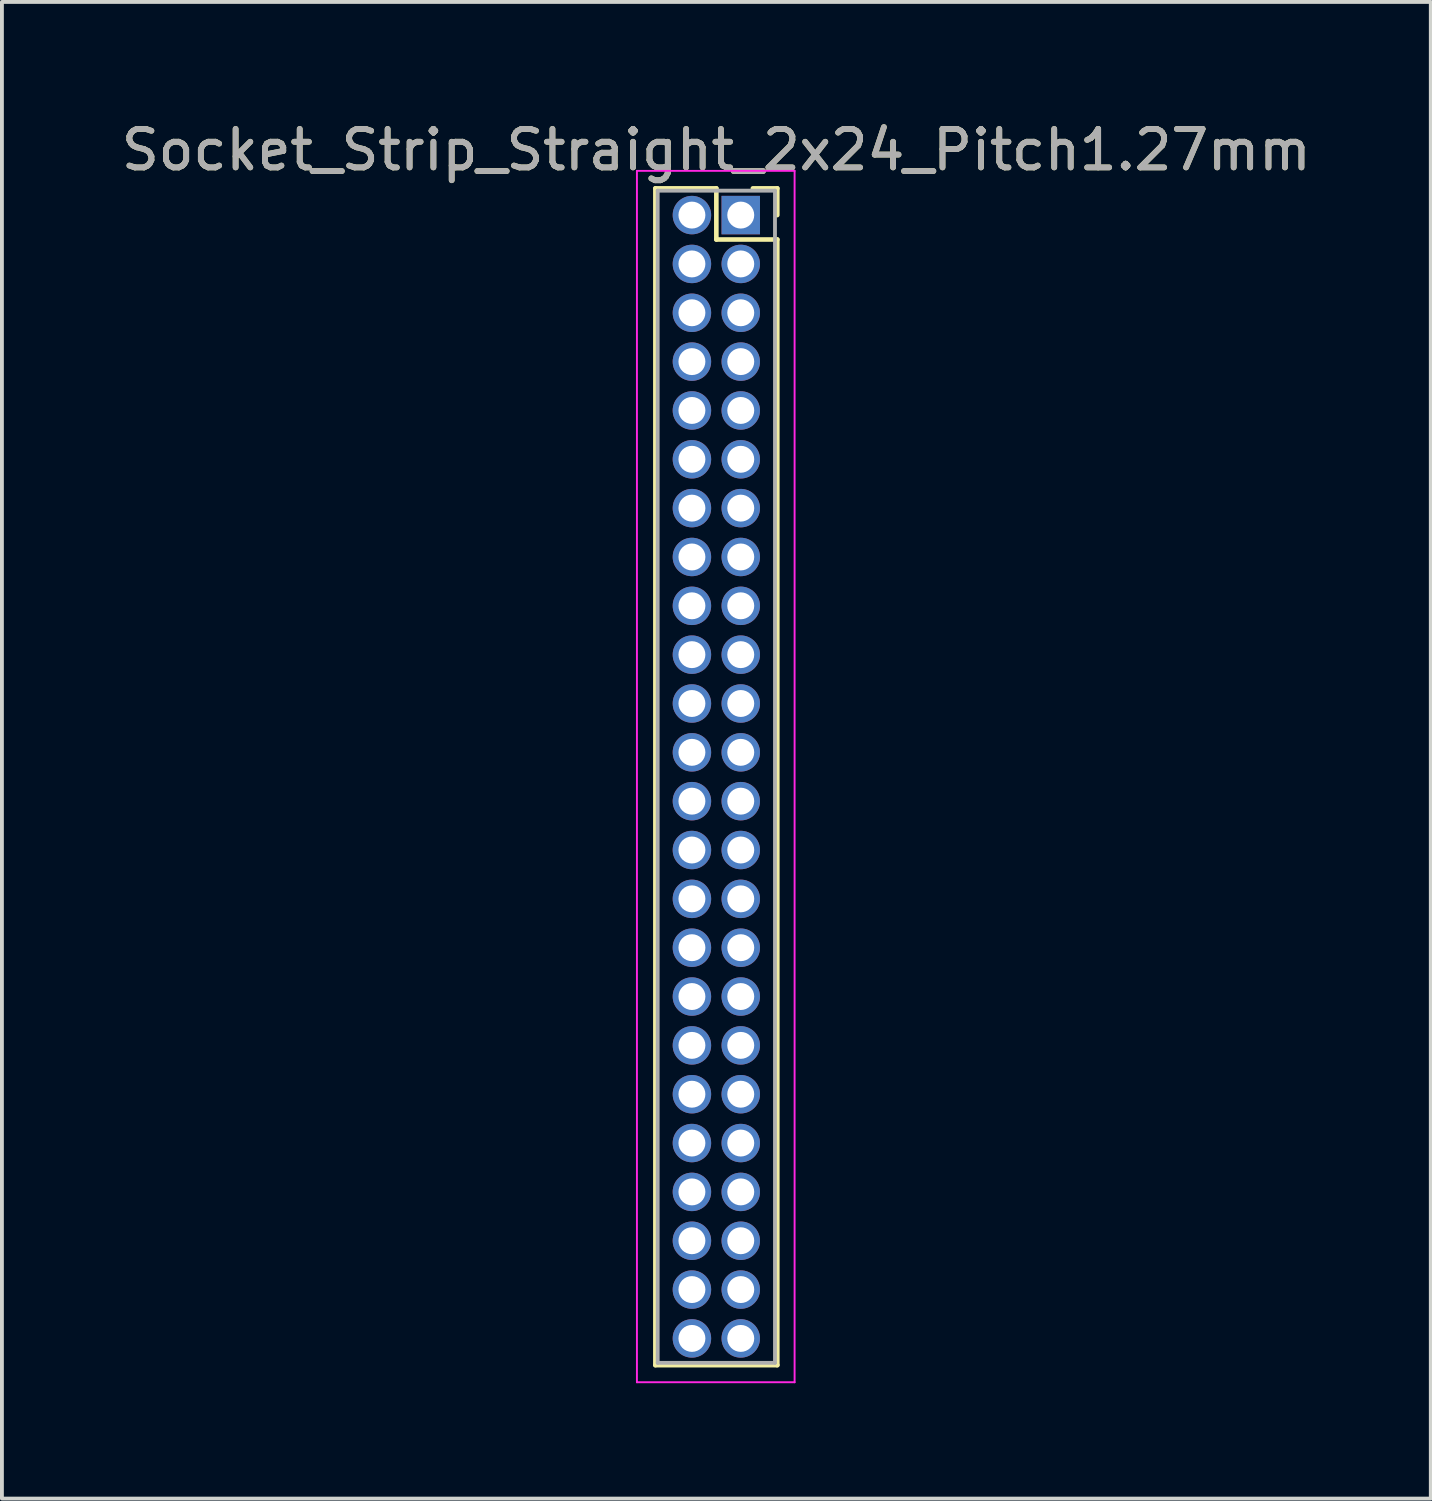
<source format=kicad_pcb>
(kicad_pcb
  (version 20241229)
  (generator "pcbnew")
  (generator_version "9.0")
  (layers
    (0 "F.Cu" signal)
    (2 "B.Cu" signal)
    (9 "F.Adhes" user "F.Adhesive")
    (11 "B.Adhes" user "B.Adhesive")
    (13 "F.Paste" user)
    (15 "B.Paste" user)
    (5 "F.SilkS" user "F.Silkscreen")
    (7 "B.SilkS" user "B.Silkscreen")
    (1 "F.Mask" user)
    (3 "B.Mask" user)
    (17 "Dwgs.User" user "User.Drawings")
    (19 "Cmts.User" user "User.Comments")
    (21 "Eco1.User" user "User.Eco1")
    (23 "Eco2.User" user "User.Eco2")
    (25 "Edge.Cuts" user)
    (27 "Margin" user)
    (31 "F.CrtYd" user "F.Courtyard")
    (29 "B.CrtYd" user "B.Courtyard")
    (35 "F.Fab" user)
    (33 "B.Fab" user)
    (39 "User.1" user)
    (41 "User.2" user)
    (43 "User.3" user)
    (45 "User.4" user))
  (footprint "Socket_Strip_Straight_2x24_Pitch1.27mm"
    (layer "F.Cu")
    (at 16.212 2.543)
    (property "Reference" "Socket_Strip_Straight_2x24_Pitch1.27mm" (at -0.635 -1.695 0) (layer "F.SilkS") (effects (font (size 1 1) (thickness 0.15))))
    (attr through_hole)
    (fp_line (start -2.22 -0.695) (end -0.635 -0.695) (stroke (width 0.12) (type solid)) (layer "F.SilkS"))
    (fp_line (start -2.22 29.905) (end -2.22 -0.695) (stroke (width 0.12) (type solid)) (layer "F.SilkS"))
    (fp_line (start -0.635 -0.695) (end -0.635 0.635) (stroke (width 0.12) (type solid)) (layer "F.SilkS"))
    (fp_line (start -0.635 0.635) (end 0.95 0.635) (stroke (width 0.12) (type solid)) (layer "F.SilkS"))
    (fp_line (start 0.95 -0.695) (end 0.315 -0.695) (stroke (width 0.12) (type solid)) (layer "F.SilkS"))
    (fp_line (start 0.95 0) (end 0.95 -0.695) (stroke (width 0.12) (type solid)) (layer "F.SilkS"))
    (fp_line (start 0.95 0.635) (end 0.95 29.905) (stroke (width 0.12) (type solid)) (layer "F.SilkS"))
    (fp_line (start 0.95 29.905) (end -2.22 29.905) (stroke (width 0.12) (type solid)) (layer "F.SilkS"))
    (fp_line (start -2.7 -1.15) (end -2.7 30.35) (stroke (width 0.05) (type solid)) (layer "F.CrtYd"))
    (fp_line (start -2.7 30.35) (end 1.4 30.35) (stroke (width 0.05) (type solid)) (layer "F.CrtYd"))
    (fp_line (start 1.4 -1.15) (end -2.7 -1.15) (stroke (width 0.05) (type solid)) (layer "F.CrtYd"))
    (fp_line (start 1.4 30.35) (end 1.4 -1.15) (stroke (width 0.05) (type solid)) (layer "F.CrtYd"))
    (fp_line (start -2.16 -0.635) (end -2.16 29.845) (stroke (width 0.1) (type solid)) (layer "F.Fab"))
    (fp_line (start -2.16 29.845) (end 0.89 29.845) (stroke (width 0.1) (type solid)) (layer "F.Fab"))
    (fp_line (start 0.89 -0.635) (end -2.16 -0.635) (stroke (width 0.1) (type solid)) (layer "F.Fab"))
    (fp_line (start 0.89 29.845) (end 0.89 -0.635) (stroke (width 0.1) (type solid)) (layer "F.Fab"))
    (fp_text user "${REFERENCE}" (at -0.635 -1.695 0) (layer "F.Fab") (effects (font (size 1 1) (thickness 0.15))))
    (pad "1" thru_hole rect (at 0 0) (size 1 1) (drill 0.7) (layers "*.Cu" "*.Mask"))
    (pad "2" thru_hole oval (at -1.27 0) (size 1 1) (drill 0.7) (layers "*.Cu" "*.Mask"))
    (pad "3" thru_hole oval (at 0 1.27) (size 1 1) (drill 0.7) (layers "*.Cu" "*.Mask"))
    (pad "4" thru_hole oval (at -1.27 1.27) (size 1 1) (drill 0.7) (layers "*.Cu" "*.Mask"))
    (pad "5" thru_hole oval (at 0 2.54) (size 1 1) (drill 0.7) (layers "*.Cu" "*.Mask"))
    (pad "6" thru_hole oval (at -1.27 2.54) (size 1 1) (drill 0.7) (layers "*.Cu" "*.Mask"))
    (pad "7" thru_hole oval (at 0 3.81) (size 1 1) (drill 0.7) (layers "*.Cu" "*.Mask"))
    (pad "8" thru_hole oval (at -1.27 3.81) (size 1 1) (drill 0.7) (layers "*.Cu" "*.Mask"))
    (pad "9" thru_hole oval (at 0 5.08) (size 1 1) (drill 0.7) (layers "*.Cu" "*.Mask"))
    (pad "10" thru_hole oval (at -1.27 5.08) (size 1 1) (drill 0.7) (layers "*.Cu" "*.Mask"))
    (pad "11" thru_hole oval (at 0 6.35) (size 1 1) (drill 0.7) (layers "*.Cu" "*.Mask"))
    (pad "12" thru_hole oval (at -1.27 6.35) (size 1 1) (drill 0.7) (layers "*.Cu" "*.Mask"))
    (pad "13" thru_hole oval (at 0 7.62) (size 1 1) (drill 0.7) (layers "*.Cu" "*.Mask"))
    (pad "14" thru_hole oval (at -1.27 7.62) (size 1 1) (drill 0.7) (layers "*.Cu" "*.Mask"))
    (pad "15" thru_hole oval (at 0 8.89) (size 1 1) (drill 0.7) (layers "*.Cu" "*.Mask"))
    (pad "16" thru_hole oval (at -1.27 8.89) (size 1 1) (drill 0.7) (layers "*.Cu" "*.Mask"))
    (pad "17" thru_hole oval (at 0 10.16) (size 1 1) (drill 0.7) (layers "*.Cu" "*.Mask"))
    (pad "18" thru_hole oval (at -1.27 10.16) (size 1 1) (drill 0.7) (layers "*.Cu" "*.Mask"))
    (pad "19" thru_hole oval (at 0 11.43) (size 1 1) (drill 0.7) (layers "*.Cu" "*.Mask"))
    (pad "20" thru_hole oval (at -1.27 11.43) (size 1 1) (drill 0.7) (layers "*.Cu" "*.Mask"))
    (pad "21" thru_hole oval (at 0 12.7) (size 1 1) (drill 0.7) (layers "*.Cu" "*.Mask"))
    (pad "22" thru_hole oval (at -1.27 12.7) (size 1 1) (drill 0.7) (layers "*.Cu" "*.Mask"))
    (pad "23" thru_hole oval (at 0 13.97) (size 1 1) (drill 0.7) (layers "*.Cu" "*.Mask"))
    (pad "24" thru_hole oval (at -1.27 13.97) (size 1 1) (drill 0.7) (layers "*.Cu" "*.Mask"))
    (pad "25" thru_hole oval (at 0 15.24) (size 1 1) (drill 0.7) (layers "*.Cu" "*.Mask"))
    (pad "26" thru_hole oval (at -1.27 15.24) (size 1 1) (drill 0.7) (layers "*.Cu" "*.Mask"))
    (pad "27" thru_hole oval (at 0 16.51) (size 1 1) (drill 0.7) (layers "*.Cu" "*.Mask"))
    (pad "28" thru_hole oval (at -1.27 16.51) (size 1 1) (drill 0.7) (layers "*.Cu" "*.Mask"))
    (pad "29" thru_hole oval (at 0 17.78) (size 1 1) (drill 0.7) (layers "*.Cu" "*.Mask"))
    (pad "30" thru_hole oval (at -1.27 17.78) (size 1 1) (drill 0.7) (layers "*.Cu" "*.Mask"))
    (pad "31" thru_hole oval (at 0 19.05) (size 1 1) (drill 0.7) (layers "*.Cu" "*.Mask"))
    (pad "32" thru_hole oval (at -1.27 19.05) (size 1 1) (drill 0.7) (layers "*.Cu" "*.Mask"))
    (pad "33" thru_hole oval (at 0 20.32) (size 1 1) (drill 0.7) (layers "*.Cu" "*.Mask"))
    (pad "34" thru_hole oval (at -1.27 20.32) (size 1 1) (drill 0.7) (layers "*.Cu" "*.Mask"))
    (pad "35" thru_hole oval (at 0 21.59) (size 1 1) (drill 0.7) (layers "*.Cu" "*.Mask"))
    (pad "36" thru_hole oval (at -1.27 21.59) (size 1 1) (drill 0.7) (layers "*.Cu" "*.Mask"))
    (pad "37" thru_hole oval (at 0 22.86) (size 1 1) (drill 0.7) (layers "*.Cu" "*.Mask"))
    (pad "38" thru_hole oval (at -1.27 22.86) (size 1 1) (drill 0.7) (layers "*.Cu" "*.Mask"))
    (pad "39" thru_hole oval (at 0 24.13) (size 1 1) (drill 0.7) (layers "*.Cu" "*.Mask"))
    (pad "40" thru_hole oval (at -1.27 24.13) (size 1 1) (drill 0.7) (layers "*.Cu" "*.Mask"))
    (pad "41" thru_hole oval (at 0 25.4) (size 1 1) (drill 0.7) (layers "*.Cu" "*.Mask"))
    (pad "42" thru_hole oval (at -1.27 25.4) (size 1 1) (drill 0.7) (layers "*.Cu" "*.Mask"))
    (pad "43" thru_hole oval (at 0 26.67) (size 1 1) (drill 0.7) (layers "*.Cu" "*.Mask"))
    (pad "44" thru_hole oval (at -1.27 26.67) (size 1 1) (drill 0.7) (layers "*.Cu" "*.Mask"))
    (pad "45" thru_hole oval (at 0 27.94) (size 1 1) (drill 0.7) (layers "*.Cu" "*.Mask"))
    (pad "46" thru_hole oval (at -1.27 27.94) (size 1 1) (drill 0.7) (layers "*.Cu" "*.Mask"))
    (pad "47" thru_hole oval (at 0 29.21) (size 1 1) (drill 0.7) (layers "*.Cu" "*.Mask"))
    (pad "48" thru_hole oval (at -1.27 29.21) (size 1 1) (drill 0.7) (layers "*.Cu" "*.Mask")))
  (gr_rect
    (start -3 -3)
    (end 34.155 35.918)
    (stroke (width 0.1) (type default))
    (fill no)
    (layer "Edge.Cuts")))
</source>
